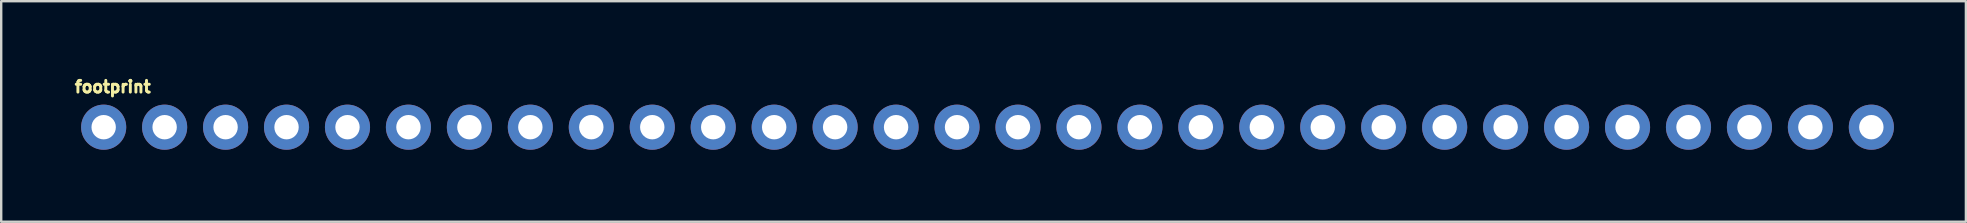
<source format=kicad_pcb>
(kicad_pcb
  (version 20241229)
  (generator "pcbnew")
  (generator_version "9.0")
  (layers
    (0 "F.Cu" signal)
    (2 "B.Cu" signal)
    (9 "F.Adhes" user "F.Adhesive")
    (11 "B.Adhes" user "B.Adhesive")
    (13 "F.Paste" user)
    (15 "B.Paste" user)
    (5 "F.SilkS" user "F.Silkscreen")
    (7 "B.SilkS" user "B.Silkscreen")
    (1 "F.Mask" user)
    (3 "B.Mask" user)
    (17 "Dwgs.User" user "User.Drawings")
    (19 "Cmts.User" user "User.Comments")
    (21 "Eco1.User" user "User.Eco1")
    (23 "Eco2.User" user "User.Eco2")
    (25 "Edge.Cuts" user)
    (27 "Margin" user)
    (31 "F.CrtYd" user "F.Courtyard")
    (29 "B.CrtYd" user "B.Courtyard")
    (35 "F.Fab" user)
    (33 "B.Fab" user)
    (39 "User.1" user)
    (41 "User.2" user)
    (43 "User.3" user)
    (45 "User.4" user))
  (footprint "footprint"
    (layer "F.Cu")
    (at 1.27 2.25)
    (property "Reference" "footprint" (at -1.27 -1.397 0) (layer "F.SilkS") (effects (font (size 0.488 0.488) (thickness 0.122)) (justify left bottom)))
    (fp_poly (pts (xy -0.254 0.254) (xy 0.254 0.254) (xy 0.254 -0.254) (xy -0.254 -0.254)) (stroke (width 0.1) (type solid)) (fill no) (layer "F.Fab"))
    (fp_poly (pts (xy 2.286 0.254) (xy 2.794 0.254) (xy 2.794 -0.254) (xy 2.286 -0.254)) (stroke (width 0.1) (type solid)) (fill no) (layer "F.Fab"))
    (fp_poly (pts (xy 4.826 0.254) (xy 5.334 0.254) (xy 5.334 -0.254) (xy 4.826 -0.254)) (stroke (width 0.1) (type solid)) (fill no) (layer "F.Fab"))
    (fp_poly (pts (xy 7.366 0.254) (xy 7.874 0.254) (xy 7.874 -0.254) (xy 7.366 -0.254)) (stroke (width 0.1) (type solid)) (fill no) (layer "F.Fab"))
    (fp_poly (pts (xy 9.906 0.254) (xy 10.414 0.254) (xy 10.414 -0.254) (xy 9.906 -0.254)) (stroke (width 0.1) (type solid)) (fill no) (layer "F.Fab"))
    (fp_poly (pts (xy 12.446 0.254) (xy 12.954 0.254) (xy 12.954 -0.254) (xy 12.446 -0.254)) (stroke (width 0.1) (type solid)) (fill no) (layer "F.Fab"))
    (fp_poly (pts (xy 14.986 0.254) (xy 15.494 0.254) (xy 15.494 -0.254) (xy 14.986 -0.254)) (stroke (width 0.1) (type solid)) (fill no) (layer "F.Fab"))
    (fp_poly (pts (xy 17.526 0.254) (xy 18.034 0.254) (xy 18.034 -0.254) (xy 17.526 -0.254)) (stroke (width 0.1) (type solid)) (fill no) (layer "F.Fab"))
    (fp_poly (pts (xy 20.066 0.254) (xy 20.574 0.254) (xy 20.574 -0.254) (xy 20.066 -0.254)) (stroke (width 0.1) (type solid)) (fill no) (layer "F.Fab"))
    (fp_poly (pts (xy 22.606 0.254) (xy 23.114 0.254) (xy 23.114 -0.254) (xy 22.606 -0.254)) (stroke (width 0.1) (type solid)) (fill no) (layer "F.Fab"))
    (fp_poly (pts (xy 25.146 0.254) (xy 25.654 0.254) (xy 25.654 -0.254) (xy 25.146 -0.254)) (stroke (width 0.1) (type solid)) (fill no) (layer "F.Fab"))
    (fp_poly (pts (xy 27.686 0.254) (xy 28.194 0.254) (xy 28.194 -0.254) (xy 27.686 -0.254)) (stroke (width 0.1) (type solid)) (fill no) (layer "F.Fab"))
    (fp_poly (pts (xy 30.226 0.254) (xy 30.734 0.254) (xy 30.734 -0.254) (xy 30.226 -0.254)) (stroke (width 0.1) (type solid)) (fill no) (layer "F.Fab"))
    (fp_poly (pts (xy 32.766 0.254) (xy 33.274 0.254) (xy 33.274 -0.254) (xy 32.766 -0.254)) (stroke (width 0.1) (type solid)) (fill no) (layer "F.Fab"))
    (fp_poly (pts (xy 35.306 0.254) (xy 35.814 0.254) (xy 35.814 -0.254) (xy 35.306 -0.254)) (stroke (width 0.1) (type solid)) (fill no) (layer "F.Fab"))
    (fp_poly (pts (xy 37.846 0.254) (xy 38.354 0.254) (xy 38.354 -0.254) (xy 37.846 -0.254)) (stroke (width 0.1) (type solid)) (fill no) (layer "F.Fab"))
    (fp_poly (pts (xy 40.386 0.254) (xy 40.894 0.254) (xy 40.894 -0.254) (xy 40.386 -0.254)) (stroke (width 0.1) (type solid)) (fill no) (layer "F.Fab"))
    (fp_poly (pts (xy 42.926 0.254) (xy 43.434 0.254) (xy 43.434 -0.254) (xy 42.926 -0.254)) (stroke (width 0.1) (type solid)) (fill no) (layer "F.Fab"))
    (fp_poly (pts (xy 45.466 0.254) (xy 45.974 0.254) (xy 45.974 -0.254) (xy 45.466 -0.254)) (stroke (width 0.1) (type solid)) (fill no) (layer "F.Fab"))
    (fp_poly (pts (xy 48.006 0.254) (xy 48.514 0.254) (xy 48.514 -0.254) (xy 48.006 -0.254)) (stroke (width 0.1) (type solid)) (fill no) (layer "F.Fab"))
    (fp_poly (pts (xy 50.546 0.254) (xy 51.054 0.254) (xy 51.054 -0.254) (xy 50.546 -0.254)) (stroke (width 0.1) (type solid)) (fill no) (layer "F.Fab"))
    (fp_poly (pts (xy 53.086 0.254) (xy 53.594 0.254) (xy 53.594 -0.254) (xy 53.086 -0.254)) (stroke (width 0.1) (type solid)) (fill no) (layer "F.Fab"))
    (fp_poly (pts (xy 55.626 0.254) (xy 56.134 0.254) (xy 56.134 -0.254) (xy 55.626 -0.254)) (stroke (width 0.1) (type solid)) (fill no) (layer "F.Fab"))
    (fp_poly (pts (xy 58.166 0.254) (xy 58.674 0.254) (xy 58.674 -0.254) (xy 58.166 -0.254)) (stroke (width 0.1) (type solid)) (fill no) (layer "F.Fab"))
    (fp_poly (pts (xy 60.706 0.254) (xy 61.214 0.254) (xy 61.214 -0.254) (xy 60.706 -0.254)) (stroke (width 0.1) (type solid)) (fill no) (layer "F.Fab"))
    (fp_poly (pts (xy 63.246 0.254) (xy 63.754 0.254) (xy 63.754 -0.254) (xy 63.246 -0.254)) (stroke (width 0.1) (type solid)) (fill no) (layer "F.Fab"))
    (fp_poly (pts (xy 65.786 0.254) (xy 66.294 0.254) (xy 66.294 -0.254) (xy 65.786 -0.254)) (stroke (width 0.1) (type solid)) (fill no) (layer "F.Fab"))
    (fp_poly (pts (xy 68.326 0.254) (xy 68.834 0.254) (xy 68.834 -0.254) (xy 68.326 -0.254)) (stroke (width 0.1) (type solid)) (fill no) (layer "F.Fab"))
    (fp_poly (pts (xy 70.866 0.254) (xy 71.374 0.254) (xy 71.374 -0.254) (xy 70.866 -0.254)) (stroke (width 0.1) (type solid)) (fill no) (layer "F.Fab"))
    (fp_poly (pts (xy 73.406 0.254) (xy 73.914 0.254) (xy 73.914 -0.254) (xy 73.406 -0.254)) (stroke (width 0.1) (type solid)) (fill no) (layer "F.Fab"))
    (pad "1" thru_hole circle (at 0 0 90) (size 1.88 1.88) (drill 1.016) (layers "*.Cu" "*.Mask"))
    (pad "2" thru_hole circle (at 2.54 0 90) (size 1.88 1.88) (drill 1.016) (layers "*.Cu" "*.Mask"))
    (pad "3" thru_hole circle (at 5.08 0 90) (size 1.88 1.88) (drill 1.016) (layers "*.Cu" "*.Mask"))
    (pad "4" thru_hole circle (at 7.62 0 90) (size 1.88 1.88) (drill 1.016) (layers "*.Cu" "*.Mask"))
    (pad "5" thru_hole circle (at 10.16 0 90) (size 1.88 1.88) (drill 1.016) (layers "*.Cu" "*.Mask"))
    (pad "6" thru_hole circle (at 12.7 0 90) (size 1.88 1.88) (drill 1.016) (layers "*.Cu" "*.Mask"))
    (pad "7" thru_hole circle (at 15.24 0 90) (size 1.88 1.88) (drill 1.016) (layers "*.Cu" "*.Mask"))
    (pad "8" thru_hole circle (at 17.78 0 90) (size 1.88 1.88) (drill 1.016) (layers "*.Cu" "*.Mask"))
    (pad "9" thru_hole circle (at 20.32 0 90) (size 1.88 1.88) (drill 1.016) (layers "*.Cu" "*.Mask"))
    (pad "10" thru_hole circle (at 22.86 0 90) (size 1.88 1.88) (drill 1.016) (layers "*.Cu" "*.Mask"))
    (pad "11" thru_hole circle (at 25.4 0 90) (size 1.88 1.88) (drill 1.016) (layers "*.Cu" "*.Mask"))
    (pad "12" thru_hole circle (at 27.94 0 90) (size 1.88 1.88) (drill 1.016) (layers "*.Cu" "*.Mask"))
    (pad "13" thru_hole circle (at 30.48 0 90) (size 1.88 1.88) (drill 1.016) (layers "*.Cu" "*.Mask"))
    (pad "14" thru_hole circle (at 33.02 0 90) (size 1.88 1.88) (drill 1.016) (layers "*.Cu" "*.Mask"))
    (pad "15" thru_hole circle (at 35.56 0 90) (size 1.88 1.88) (drill 1.016) (layers "*.Cu" "*.Mask"))
    (pad "16" thru_hole circle (at 38.1 0 90) (size 1.88 1.88) (drill 1.016) (layers "*.Cu" "*.Mask"))
    (pad "17" thru_hole circle (at 40.64 0 90) (size 1.88 1.88) (drill 1.016) (layers "*.Cu" "*.Mask"))
    (pad "18" thru_hole circle (at 43.18 0 90) (size 1.88 1.88) (drill 1.016) (layers "*.Cu" "*.Mask"))
    (pad "19" thru_hole circle (at 45.72 0 90) (size 1.88 1.88) (drill 1.016) (layers "*.Cu" "*.Mask"))
    (pad "20" thru_hole circle (at 48.26 0 90) (size 1.88 1.88) (drill 1.016) (layers "*.Cu" "*.Mask"))
    (pad "21" thru_hole circle (at 50.8 0 90) (size 1.88 1.88) (drill 1.016) (layers "*.Cu" "*.Mask"))
    (pad "22" thru_hole circle (at 53.34 0 90) (size 1.88 1.88) (drill 1.016) (layers "*.Cu" "*.Mask"))
    (pad "23" thru_hole circle (at 55.88 0 90) (size 1.88 1.88) (drill 1.016) (layers "*.Cu" "*.Mask"))
    (pad "24" thru_hole circle (at 58.42 0 90) (size 1.88 1.88) (drill 1.016) (layers "*.Cu" "*.Mask"))
    (pad "25" thru_hole circle (at 60.96 0 90) (size 1.88 1.88) (drill 1.016) (layers "*.Cu" "*.Mask"))
    (pad "26" thru_hole circle (at 63.5 0 90) (size 1.88 1.88) (drill 1.016) (layers "*.Cu" "*.Mask"))
    (pad "27" thru_hole circle (at 66.04 0 90) (size 1.88 1.88) (drill 1.016) (layers "*.Cu" "*.Mask"))
    (pad "28" thru_hole circle (at 68.58 0 90) (size 1.88 1.88) (drill 1.016) (layers "*.Cu" "*.Mask"))
    (pad "29" thru_hole circle (at 71.12 0 90) (size 1.88 1.88) (drill 1.016) (layers "*.Cu" "*.Mask"))
    (pad "30" thru_hole circle (at 73.66 0 90) (size 1.88 1.88) (drill 1.016) (layers "*.Cu" "*.Mask")))
  (gr_rect
    (start -3 -3)
    (end 78.87 6.19)
    (stroke (width 0.1) (type default))
    (fill no)
    (layer "Edge.Cuts")))
</source>
